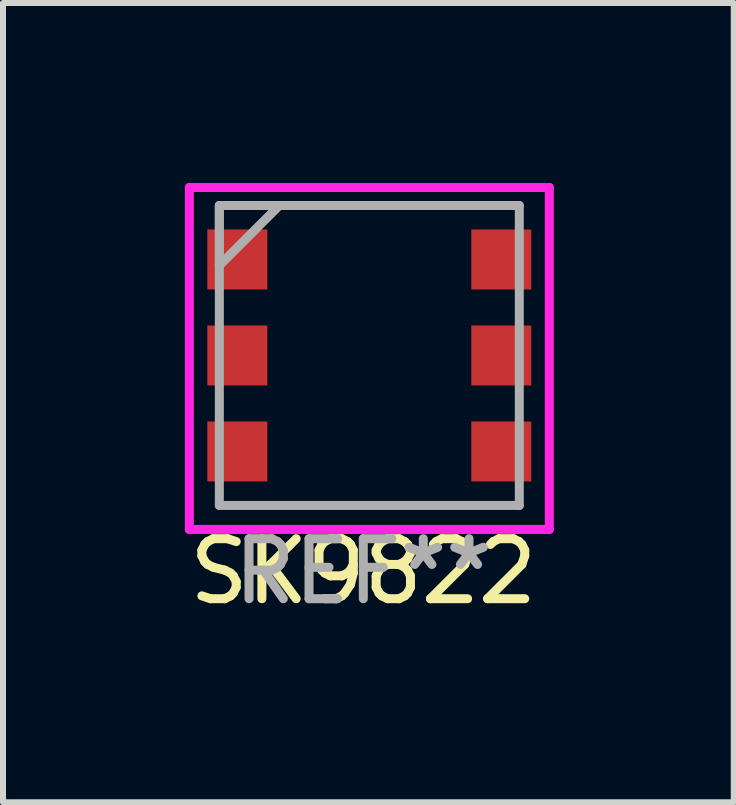
<source format=kicad_pcb>
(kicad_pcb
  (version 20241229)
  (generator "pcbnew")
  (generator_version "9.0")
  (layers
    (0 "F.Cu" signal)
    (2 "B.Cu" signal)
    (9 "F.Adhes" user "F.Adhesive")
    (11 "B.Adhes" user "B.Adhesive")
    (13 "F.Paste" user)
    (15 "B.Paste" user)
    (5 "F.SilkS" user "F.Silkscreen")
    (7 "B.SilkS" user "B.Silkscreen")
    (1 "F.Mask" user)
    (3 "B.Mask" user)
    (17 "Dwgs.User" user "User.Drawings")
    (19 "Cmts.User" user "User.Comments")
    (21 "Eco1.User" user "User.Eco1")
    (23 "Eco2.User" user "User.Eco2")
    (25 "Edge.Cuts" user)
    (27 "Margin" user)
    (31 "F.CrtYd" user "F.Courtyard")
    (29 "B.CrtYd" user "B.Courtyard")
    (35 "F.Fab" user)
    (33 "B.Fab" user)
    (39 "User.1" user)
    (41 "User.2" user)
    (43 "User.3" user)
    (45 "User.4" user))
  (footprint "SK9822"
    (layer "F.Cu")
    (at 3.006 2.875)
    (property "Reference" "SK9822" (at 0 3.6 0) (layer "F.SilkS") (effects (font (size 1 1) (thickness 0.15))))
    (attr through_hole)
    (fp_line (start -2.9 -2.8) (end 3.1 -2.8) (stroke (width 0.15) (type solid)) (layer "F.CrtYd"))
    (fp_line (start -2.9 2.9) (end -2.9 -2.8) (stroke (width 0.15) (type solid)) (layer "F.CrtYd"))
    (fp_line (start 3.1 -2.8) (end 3.1 2.9) (stroke (width 0.15) (type solid)) (layer "F.CrtYd"))
    (fp_line (start 3.1 2.9) (end -2.9 2.9) (stroke (width 0.15) (type solid)) (layer "F.CrtYd"))
    (fp_line (start -2.4 -2.5) (end -2.4 -1.5) (stroke (width 0.15) (type solid)) (layer "F.Fab"))
    (fp_line (start -2.4 -2.5) (end -2.4 2.5) (stroke (width 0.15) (type solid)) (layer "F.Fab"))
    (fp_line (start -2.4 -1.5) (end -1.4 -2.5) (stroke (width 0.15) (type solid)) (layer "F.Fab"))
    (fp_line (start -2.4 2.5) (end 2.6 2.5) (stroke (width 0.15) (type solid)) (layer "F.Fab"))
    (fp_line (start 2.6 -2.5) (end -2.4 -2.5) (stroke (width 0.15) (type solid)) (layer "F.Fab"))
    (fp_line (start 2.6 2.5) (end 2.6 -2.5) (stroke (width 0.15) (type solid)) (layer "F.Fab"))
    (fp_text user "REF**" (at 0 3.6 0) (layer "F.Fab") (effects (font (size 1 1) (thickness 0.15))))
    (pad "1" smd rect (at -2.1 -1.6) (size 1 1) (layers "F.Cu" "F.Mask" "F.Paste"))
    (pad "2" smd rect (at -2.1 0) (size 1 1) (layers "F.Cu" "F.Mask" "F.Paste"))
    (pad "3" smd rect (at -2.1 1.6) (size 1 1) (layers "F.Cu" "F.Mask" "F.Paste"))
    (pad "4" smd rect (at 2.3 1.6) (size 1 1) (layers "F.Cu" "F.Mask" "F.Paste"))
    (pad "5" smd rect (at 2.3 0) (size 1 1) (layers "F.Cu" "F.Mask" "F.Paste"))
    (pad "6" smd rect (at 2.3 -1.6) (size 1 1) (layers "F.Cu" "F.Mask" "F.Paste")))
  (gr_rect
    (start -3 -3)
    (end 9.181 10.323)
    (stroke (width 0.1) (type default))
    (fill no)
    (layer "Edge.Cuts")))
</source>
